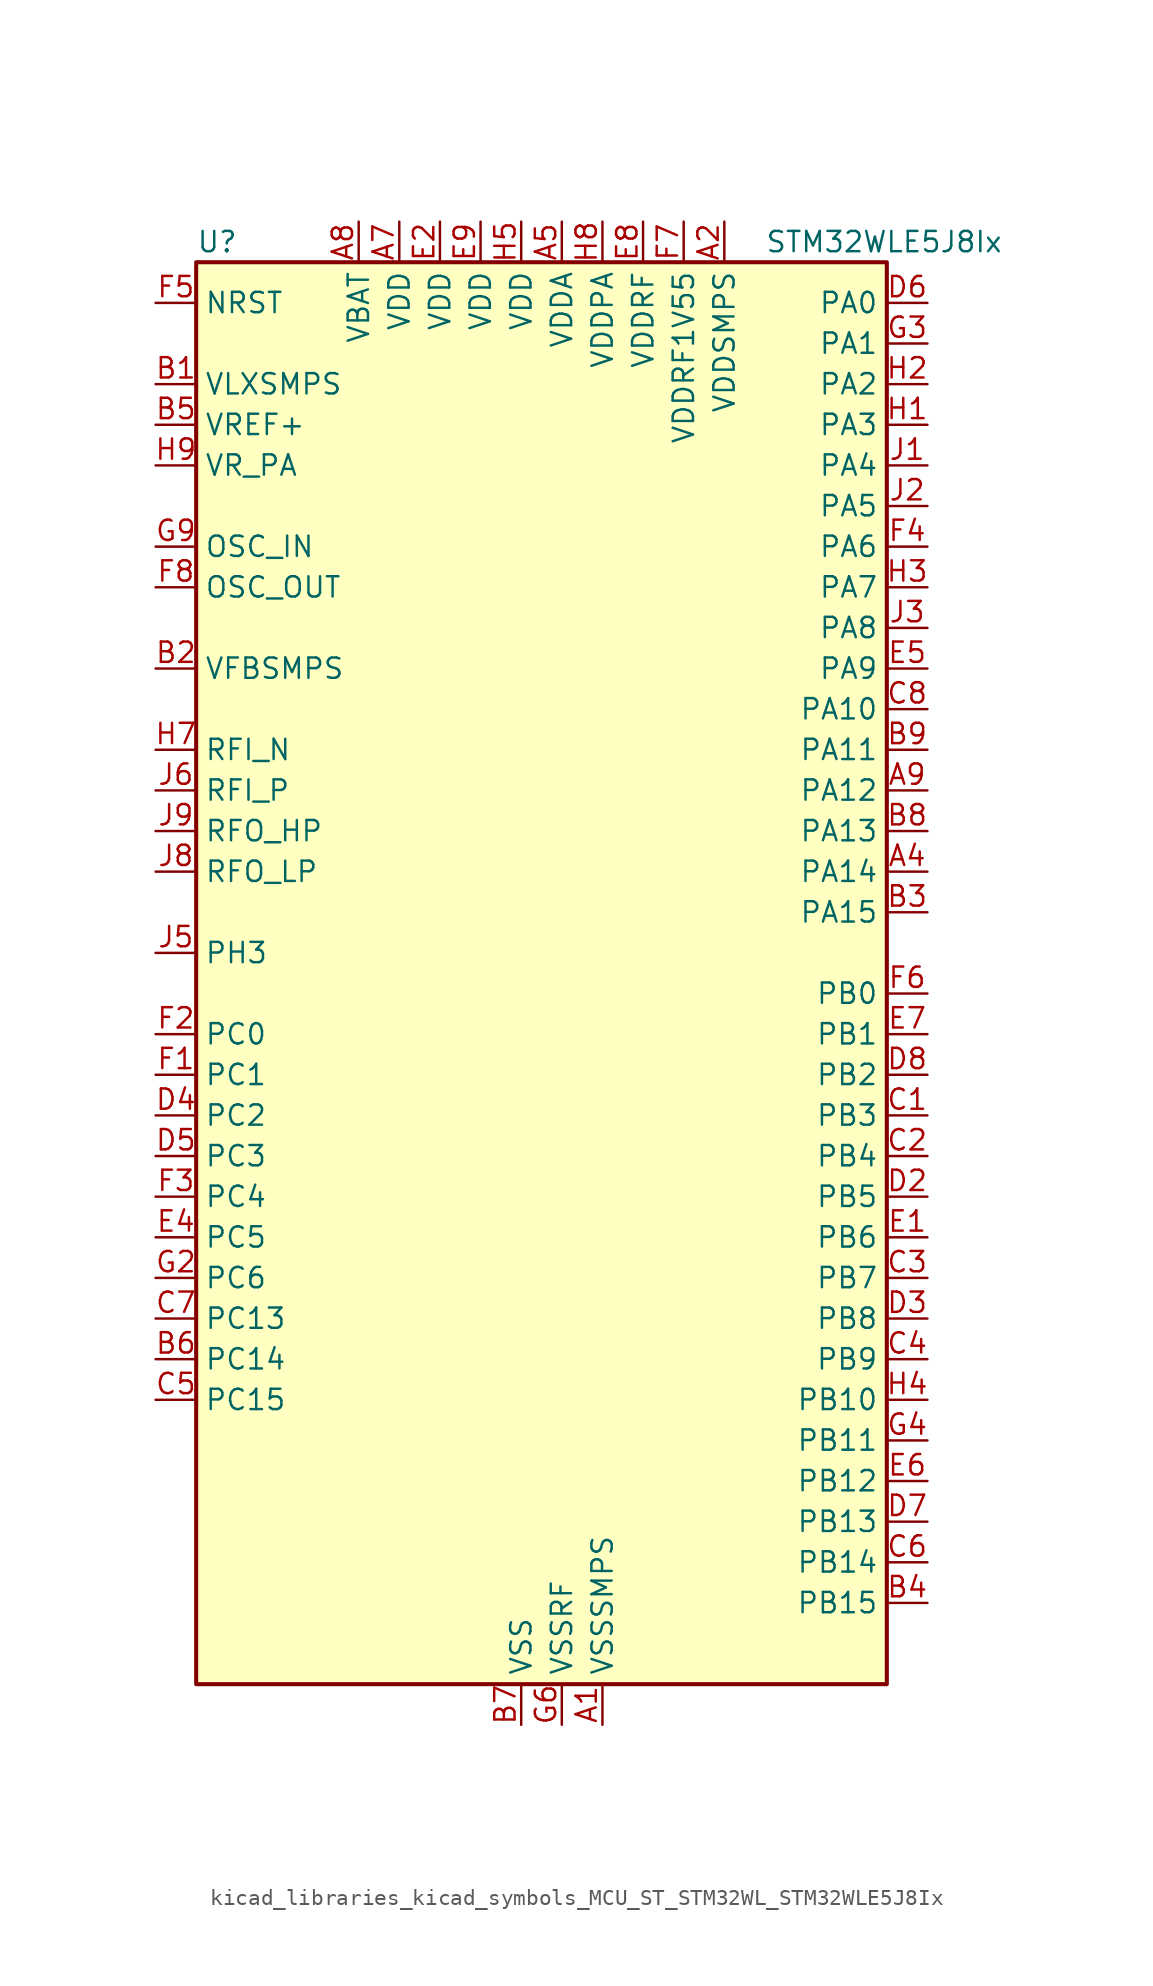
<source format=kicad_sym>
(kicad_symbol_lib
  (version 20220914)
  (generator kicad_symbol_editor)
  (symbol "kicad_libraries_kicad_symbols_MCU_ST_STM32WL_STM32WLE5J8Ix"
    (property "Reference" "U"
      (at -20.32 46.99 0)
      (effects (font (size 1.27 1.27)) (justify left)))
    (property "Value" "STM32WLE5J8Ix"
      (at 15.24 46.99 0)
      (effects (font (size 1.27 1.27)) (justify left)))
    (property "ki_locked" ""
      (at 0 0 0)
      (effects (font (size 1.27 1.27))))
    (symbol "kicad_libraries_kicad_symbols_MCU_ST_STM32WL_STM32WLE5J8Ix_0_1"
      (rectangle (start -20.32 -43.18) (end 22.86 45.72) (stroke (width 0.254) (type default)) (fill (type background))))
    (symbol "kicad_libraries_kicad_symbols_MCU_ST_STM32WL_STM32WLE5J8Ix_1_1"
      (pin power_in line (at 5.08 -45.72 90) (length 2.54) (name "VSSSMPS" (effects (font (size 1.27 1.27)))) (number "A1" (effects (font (size 1.27 1.27)))))
      (pin power_in line (at 12.7 48.26 270) (length 2.54) (name "VDDSMPS" (effects (font (size 1.27 1.27)))) (number "A2" (effects (font (size 1.27 1.27)))))
      (pin bidirectional line (at 25.4 7.62 180) (length 2.54) (name "PA14" (effects (font (size 1.27 1.27)))) (number "A4" (effects (font (size 1.27 1.27)))) (alternate "ADC_IN10" bidirectional line) (alternate "DEBUG_JTCK-SWCLK" bidirectional line) (alternate "I2C1_SMBA" bidirectional line) (alternate "LPTIM1_OUT" bidirectional line))
      (pin power_in line (at 2.54 48.26 270) (length 2.54) (name "VDDA" (effects (font (size 1.27 1.27)))) (number "A5" (effects (font (size 1.27 1.27)))))
      (pin power_in line (at -7.62 48.26 270) (length 2.54) (name "VDD" (effects (font (size 1.27 1.27)))) (number "A7" (effects (font (size 1.27 1.27)))))
      (pin power_in line (at -10.16 48.26 270) (length 2.54) (name "VBAT" (effects (font (size 1.27 1.27)))) (number "A8" (effects (font (size 1.27 1.27)))))
      (pin bidirectional line (at 25.4 12.7 180) (length 2.54) (name "PA12" (effects (font (size 1.27 1.27)))) (number "A9" (effects (font (size 1.27 1.27)))) (alternate "ADC_IN8" bidirectional line) (alternate "DEBUG_RF-BUSY" bidirectional line) (alternate "I2C2_SCL" bidirectional line) (alternate "LPTIM3_IN1" bidirectional line) (alternate "SPI1_MOSI" bidirectional line) (alternate "TIM1_ETR" bidirectional line) (alternate "USART1_DE" bidirectional line) (alternate "USART1_RTS" bidirectional line))
      (pin power_in line (at -22.86 38.1 0) (length 2.54) (name "VLXSMPS" (effects (font (size 1.27 1.27)))) (number "B1" (effects (font (size 1.27 1.27)))))
      (pin input line (at -22.86 20.32 0) (length 2.54) (name "VFBSMPS" (effects (font (size 1.27 1.27)))) (number "B2" (effects (font (size 1.27 1.27)))))
      (pin bidirectional line (at 25.4 5.08 180) (length 2.54) (name "PA15" (effects (font (size 1.27 1.27)))) (number "B3" (effects (font (size 1.27 1.27)))) (alternate "ADC_IN11" bidirectional line) (alternate "COMP1_INM" bidirectional line) (alternate "COMP2_INP" bidirectional line) (alternate "DEBUG_JTDI" bidirectional line) (alternate "I2C2_SDA" bidirectional line) (alternate "SPI1_NSS" bidirectional line) (alternate "TIM2_CH1" bidirectional line) (alternate "TIM2_ETR" bidirectional line))
      (pin bidirectional line (at 25.4 -38.1 180) (length 2.54) (name "PB15" (effects (font (size 1.27 1.27)))) (number "B4" (effects (font (size 1.27 1.27)))) (alternate "I2C2_SCL" bidirectional line) (alternate "I2S2_SD" bidirectional line) (alternate "SPI2_MOSI" bidirectional line) (alternate "TIM1_CH3N" bidirectional line))
      (pin input line (at -22.86 35.56 0) (length 2.54) (name "VREF+" (effects (font (size 1.27 1.27)))) (number "B5" (effects (font (size 1.27 1.27)))) (alternate "VREFBUF_OUT" bidirectional line))
      (pin bidirectional line (at -22.86 -22.86 0) (length 2.54) (name "PC14" (effects (font (size 1.27 1.27)))) (number "B6" (effects (font (size 1.27 1.27)))) (alternate "RCC_OSC32_IN" bidirectional line))
      (pin power_in line (at 0 -45.72 90) (length 2.54) (name "VSS" (effects (font (size 1.27 1.27)))) (number "B7" (effects (font (size 1.27 1.27)))))
      (pin bidirectional line (at 25.4 10.16 180) (length 2.54) (name "PA13" (effects (font (size 1.27 1.27)))) (number "B8" (effects (font (size 1.27 1.27)))) (alternate "ADC_IN9" bidirectional line) (alternate "DEBUG_JTMS-SWDIO" bidirectional line) (alternate "I2C2_SMBA" bidirectional line) (alternate "IR_OUT" bidirectional line))
      (pin bidirectional line (at 25.4 15.24 180) (length 2.54) (name "PA11" (effects (font (size 1.27 1.27)))) (number "B9" (effects (font (size 1.27 1.27)))) (alternate "ADC_EXTI11" bidirectional line) (alternate "ADC_IN7" bidirectional line) (alternate "COMP1_INM" bidirectional line) (alternate "COMP2_INM" bidirectional line) (alternate "DEBUG_RF-NRESET" bidirectional line) (alternate "I2C2_SDA" bidirectional line) (alternate "LPTIM3_ETR" bidirectional line) (alternate "SPI1_MISO" bidirectional line) (alternate "TIM1_BKIN2" bidirectional line) (alternate "TIM1_CH4" bidirectional line) (alternate "USART1_CTS" bidirectional line) (alternate "USART1_NSS" bidirectional line))
      (pin bidirectional line (at 25.4 -7.62 180) (length 2.54) (name "PB3" (effects (font (size 1.27 1.27)))) (number "C1" (effects (font (size 1.27 1.27)))) (alternate "ADC_IN2" bidirectional line) (alternate "COMP1_INM" bidirectional line) (alternate "COMP2_INM" bidirectional line) (alternate "DEBUG_JTDO-SWO" bidirectional line) (alternate "DEBUG_RF-DTB1" bidirectional line) (alternate "PWR_WKUP3" bidirectional line) (alternate "RTC_TAMP_IN3" bidirectional line) (alternate "SPI1_SCK" bidirectional line) (alternate "TIM2_CH2" bidirectional line) (alternate "USART1_DE" bidirectional line) (alternate "USART1_RTS" bidirectional line))
      (pin bidirectional line (at 25.4 -10.16 180) (length 2.54) (name "PB4" (effects (font (size 1.27 1.27)))) (number "C2" (effects (font (size 1.27 1.27)))) (alternate "ADC_IN3" bidirectional line) (alternate "COMP1_INP" bidirectional line) (alternate "COMP2_INP" bidirectional line) (alternate "DEBUG_JTRST" bidirectional line) (alternate "DEBUG_RF-LDORDY" bidirectional line) (alternate "I2C3_SDA" bidirectional line) (alternate "SPI1_MISO" bidirectional line) (alternate "TIM17_BKIN" bidirectional line) (alternate "USART1_CTS" bidirectional line) (alternate "USART1_NSS" bidirectional line))
      (pin bidirectional line (at 25.4 -17.78 180) (length 2.54) (name "PB7" (effects (font (size 1.27 1.27)))) (number "C3" (effects (font (size 1.27 1.27)))) (alternate "I2C1_SDA" bidirectional line) (alternate "LPTIM1_IN2" bidirectional line) (alternate "PWR_PVD_IN" bidirectional line) (alternate "TIM17_CH1N" bidirectional line) (alternate "TIM1_BKIN" bidirectional line) (alternate "USART1_RX" bidirectional line))
      (pin bidirectional line (at 25.4 -22.86 180) (length 2.54) (name "PB9" (effects (font (size 1.27 1.27)))) (number "C4" (effects (font (size 1.27 1.27)))) (alternate "DAC_EXTI9" bidirectional line) (alternate "I2C1_SDA" bidirectional line) (alternate "I2S2_WS" bidirectional line) (alternate "IR_OUT" bidirectional line) (alternate "SPI2_NSS" bidirectional line) (alternate "TIM17_CH1" bidirectional line) (alternate "TIM1_CH3N" bidirectional line))
      (pin bidirectional line (at -22.86 -25.4 0) (length 2.54) (name "PC15" (effects (font (size 1.27 1.27)))) (number "C5" (effects (font (size 1.27 1.27)))) (alternate "RCC_OSC32_OUT" bidirectional line))
      (pin bidirectional line (at 25.4 -35.56 180) (length 2.54) (name "PB14" (effects (font (size 1.27 1.27)))) (number "C6" (effects (font (size 1.27 1.27)))) (alternate "ADC_IN1" bidirectional line) (alternate "I2C3_SDA" bidirectional line) (alternate "I2S2_MCK" bidirectional line) (alternate "SPI2_MISO" bidirectional line) (alternate "TIM1_CH2N" bidirectional line))
      (pin bidirectional line (at -22.86 -20.32 0) (length 2.54) (name "PC13" (effects (font (size 1.27 1.27)))) (number "C7" (effects (font (size 1.27 1.27)))) (alternate "PWR_WKUP2" bidirectional line) (alternate "RTC_OUT1" bidirectional line) (alternate "RTC_TAMP_IN1" bidirectional line) (alternate "RTC_TS" bidirectional line))
      (pin bidirectional line (at 25.4 17.78 180) (length 2.54) (name "PA10" (effects (font (size 1.27 1.27)))) (number "C8" (effects (font (size 1.27 1.27)))) (alternate "ADC_IN6" bidirectional line) (alternate "COMP1_INM" bidirectional line) (alternate "COMP2_INM" bidirectional line) (alternate "DAC_OUT1" bidirectional line) (alternate "DEBUG_RF-HSE32RDY" bidirectional line) (alternate "I2C1_SDA" bidirectional line) (alternate "I2S2_SD" bidirectional line) (alternate "RTC_REFIN" bidirectional line) (alternate "SPI2_MOSI" bidirectional line) (alternate "TIM17_BKIN" bidirectional line) (alternate "TIM1_CH3" bidirectional line) (alternate "USART1_RX" bidirectional line))
      (pin bidirectional line (at 25.4 -12.7 180) (length 2.54) (name "PB5" (effects (font (size 1.27 1.27)))) (number "D2" (effects (font (size 1.27 1.27)))) (alternate "COMP2_OUT" bidirectional line) (alternate "I2C1_SMBA" bidirectional line) (alternate "LPTIM1_IN1" bidirectional line) (alternate "SPI1_MOSI" bidirectional line) (alternate "TIM16_BKIN" bidirectional line) (alternate "USART1_CK" bidirectional line))
      (pin bidirectional line (at 25.4 -20.32 180) (length 2.54) (name "PB8" (effects (font (size 1.27 1.27)))) (number "D3" (effects (font (size 1.27 1.27)))) (alternate "I2C1_SCL" bidirectional line) (alternate "TIM16_CH1" bidirectional line) (alternate "TIM1_CH2N" bidirectional line))
      (pin bidirectional line (at -22.86 -7.62 0) (length 2.54) (name "PC2" (effects (font (size 1.27 1.27)))) (number "D4" (effects (font (size 1.27 1.27)))) (alternate "LPTIM1_IN2" bidirectional line) (alternate "SPI2_MISO" bidirectional line))
      (pin bidirectional line (at -22.86 -10.16 0) (length 2.54) (name "PC3" (effects (font (size 1.27 1.27)))) (number "D5" (effects (font (size 1.27 1.27)))) (alternate "I2S2_SD" bidirectional line) (alternate "LPTIM1_ETR" bidirectional line) (alternate "LPTIM2_ETR" bidirectional line) (alternate "SPI2_MOSI" bidirectional line))
      (pin bidirectional line (at 25.4 43.18 180) (length 2.54) (name "PA0" (effects (font (size 1.27 1.27)))) (number "D6" (effects (font (size 1.27 1.27)))) (alternate "COMP1_OUT" bidirectional line) (alternate "DEBUG_PWR-REGLP1S" bidirectional line) (alternate "I2C3_SMBA" bidirectional line) (alternate "I2S_CKIN" bidirectional line) (alternate "PWR_WKUP1" bidirectional line) (alternate "RTC_TAMP_IN2" bidirectional line) (alternate "TIM2_CH1" bidirectional line) (alternate "TIM2_ETR" bidirectional line) (alternate "USART2_CTS" bidirectional line) (alternate "USART2_NSS" bidirectional line))
      (pin bidirectional line (at 25.4 -33.02 180) (length 2.54) (name "PB13" (effects (font (size 1.27 1.27)))) (number "D7" (effects (font (size 1.27 1.27)))) (alternate "ADC_IN0" bidirectional line) (alternate "I2C3_SCL" bidirectional line) (alternate "I2S2_CK" bidirectional line) (alternate "LPUART1_CTS" bidirectional line) (alternate "SPI2_SCK" bidirectional line) (alternate "TIM1_CH1N" bidirectional line))
      (pin bidirectional line (at 25.4 -5.08 180) (length 2.54) (name "PB2" (effects (font (size 1.27 1.27)))) (number "D8" (effects (font (size 1.27 1.27)))) (alternate "ADC_IN4" bidirectional line) (alternate "COMP1_INP" bidirectional line) (alternate "COMP2_INM" bidirectional line) (alternate "DEBUG_RF-SMPSRDY" bidirectional line) (alternate "I2C3_SMBA" bidirectional line) (alternate "LPTIM1_OUT" bidirectional line) (alternate "SPI1_NSS" bidirectional line))
      (pin passive line (at 0 -45.72 90) (length 2.54) hide (name "VSS" (effects (font (size 1.27 1.27)))) (number "D9" (effects (font (size 1.27 1.27)))))
      (pin bidirectional line (at 25.4 -15.24 180) (length 2.54) (name "PB6" (effects (font (size 1.27 1.27)))) (number "E1" (effects (font (size 1.27 1.27)))) (alternate "I2C1_SCL" bidirectional line) (alternate "LPTIM1_ETR" bidirectional line) (alternate "TIM16_CH1N" bidirectional line) (alternate "USART1_TX" bidirectional line))
      (pin power_in line (at -5.08 48.26 270) (length 2.54) (name "VDD" (effects (font (size 1.27 1.27)))) (number "E2" (effects (font (size 1.27 1.27)))))
      (pin passive line (at 0 -45.72 90) (length 2.54) hide (name "VSS" (effects (font (size 1.27 1.27)))) (number "E3" (effects (font (size 1.27 1.27)))))
      (pin bidirectional line (at -22.86 -15.24 0) (length 2.54) (name "PC5" (effects (font (size 1.27 1.27)))) (number "E4" (effects (font (size 1.27 1.27)))))
      (pin bidirectional line (at 25.4 20.32 180) (length 2.54) (name "PA9" (effects (font (size 1.27 1.27)))) (number "E5" (effects (font (size 1.27 1.27)))) (alternate "DAC_EXTI9" bidirectional line) (alternate "I2C1_SCL" bidirectional line) (alternate "I2S2_CK" bidirectional line) (alternate "I2S2_WS" bidirectional line) (alternate "SPI2_NSS" bidirectional line) (alternate "SPI2_SCK" bidirectional line) (alternate "TIM1_CH2" bidirectional line) (alternate "USART1_TX" bidirectional line))
      (pin bidirectional line (at 25.4 -30.48 180) (length 2.54) (name "PB12" (effects (font (size 1.27 1.27)))) (number "E6" (effects (font (size 1.27 1.27)))) (alternate "I2C3_SMBA" bidirectional line) (alternate "I2S2_WS" bidirectional line) (alternate "LPUART1_RTS" bidirectional line) (alternate "SPI2_NSS" bidirectional line) (alternate "TIM1_BKIN" bidirectional line))
      (pin bidirectional line (at 25.4 -2.54 180) (length 2.54) (name "PB1" (effects (font (size 1.27 1.27)))) (number "E7" (effects (font (size 1.27 1.27)))) (alternate "ADC_IN5" bidirectional line) (alternate "COMP2_INP" bidirectional line) (alternate "LPTIM2_IN1" bidirectional line) (alternate "LPUART1_DE" bidirectional line) (alternate "LPUART1_RTS" bidirectional line))
      (pin power_in line (at 7.62 48.26 270) (length 2.54) (name "VDDRF" (effects (font (size 1.27 1.27)))) (number "E8" (effects (font (size 1.27 1.27)))))
      (pin power_in line (at -2.54 48.26 270) (length 2.54) (name "VDD" (effects (font (size 1.27 1.27)))) (number "E9" (effects (font (size 1.27 1.27)))))
      (pin bidirectional line (at -22.86 -5.08 0) (length 2.54) (name "PC1" (effects (font (size 1.27 1.27)))) (number "F1" (effects (font (size 1.27 1.27)))) (alternate "I2C3_SDA" bidirectional line) (alternate "I2S2_SD" bidirectional line) (alternate "LPTIM1_OUT" bidirectional line) (alternate "LPUART1_TX" bidirectional line) (alternate "SPI2_MOSI" bidirectional line))
      (pin bidirectional line (at -22.86 -2.54 0) (length 2.54) (name "PC0" (effects (font (size 1.27 1.27)))) (number "F2" (effects (font (size 1.27 1.27)))) (alternate "I2C3_SCL" bidirectional line) (alternate "LPTIM1_IN1" bidirectional line) (alternate "LPTIM2_IN1" bidirectional line) (alternate "LPUART1_RX" bidirectional line))
      (pin bidirectional line (at -22.86 -12.7 0) (length 2.54) (name "PC4" (effects (font (size 1.27 1.27)))) (number "F3" (effects (font (size 1.27 1.27)))))
      (pin bidirectional line (at 25.4 27.94 180) (length 2.54) (name "PA6" (effects (font (size 1.27 1.27)))) (number "F4" (effects (font (size 1.27 1.27)))) (alternate "DEBUG_SUBGHZSPI-MISOOUT" bidirectional line) (alternate "I2C2_SMBA" bidirectional line) (alternate "LPUART1_CTS" bidirectional line) (alternate "SPI1_MISO" bidirectional line) (alternate "TIM16_CH1" bidirectional line) (alternate "TIM1_BKIN" bidirectional line))
      (pin input line (at -22.86 43.18 0) (length 2.54) (name "NRST" (effects (font (size 1.27 1.27)))) (number "F5" (effects (font (size 1.27 1.27)))))
      (pin bidirectional line (at 25.4 0 180) (length 2.54) (name "PB0" (effects (font (size 1.27 1.27)))) (number "F6" (effects (font (size 1.27 1.27)))) (alternate "COMP1_OUT" bidirectional line) (alternate "VDDTCXO" bidirectional line))
      (pin power_in line (at 10.16 48.26 270) (length 2.54) (name "VDDRF1V55" (effects (font (size 1.27 1.27)))) (number "F7" (effects (font (size 1.27 1.27)))))
      (pin input line (at -22.86 25.4 0) (length 2.54) (name "OSC_OUT" (effects (font (size 1.27 1.27)))) (number "F8" (effects (font (size 1.27 1.27)))) (alternate "RCC_OSC_OUT" bidirectional line))
      (pin bidirectional line (at -22.86 -17.78 0) (length 2.54) (name "PC6" (effects (font (size 1.27 1.27)))) (number "G2" (effects (font (size 1.27 1.27)))) (alternate "I2S2_MCK" bidirectional line))
      (pin bidirectional line (at 25.4 40.64 180) (length 2.54) (name "PA1" (effects (font (size 1.27 1.27)))) (number "G3" (effects (font (size 1.27 1.27)))) (alternate "DEBUG_PWR-REGLP2S" bidirectional line) (alternate "I2C1_SMBA" bidirectional line) (alternate "LPTIM3_OUT" bidirectional line) (alternate "LPUART1_RTS" bidirectional line) (alternate "SPI1_SCK" bidirectional line) (alternate "TIM2_CH2" bidirectional line) (alternate "USART2_DE" bidirectional line) (alternate "USART2_RTS" bidirectional line))
      (pin bidirectional line (at 25.4 -27.94 180) (length 2.54) (name "PB11" (effects (font (size 1.27 1.27)))) (number "G4" (effects (font (size 1.27 1.27)))) (alternate "ADC_EXTI11" bidirectional line) (alternate "COMP2_OUT" bidirectional line) (alternate "I2C3_SDA" bidirectional line) (alternate "LPUART1_TX" bidirectional line) (alternate "TIM2_CH4" bidirectional line))
      (pin passive line (at 0 -45.72 90) (length 2.54) hide (name "VSS" (effects (font (size 1.27 1.27)))) (number "G5" (effects (font (size 1.27 1.27)))))
      (pin power_in line (at 2.54 -45.72 90) (length 2.54) (name "VSSRF" (effects (font (size 1.27 1.27)))) (number "G6" (effects (font (size 1.27 1.27)))))
      (pin passive line (at 2.54 -45.72 90) (length 2.54) hide (name "VSSRF" (effects (font (size 1.27 1.27)))) (number "G7" (effects (font (size 1.27 1.27)))))
      (pin passive line (at 2.54 -45.72 90) (length 2.54) hide (name "VSSRF" (effects (font (size 1.27 1.27)))) (number "G8" (effects (font (size 1.27 1.27)))))
      (pin input line (at -22.86 27.94 0) (length 2.54) (name "OSC_IN" (effects (font (size 1.27 1.27)))) (number "G9" (effects (font (size 1.27 1.27)))) (alternate "RCC_OSC_IN" bidirectional line))
      (pin bidirectional line (at 25.4 35.56 180) (length 2.54) (name "PA3" (effects (font (size 1.27 1.27)))) (number "H1" (effects (font (size 1.27 1.27)))) (alternate "I2S2_MCK" bidirectional line) (alternate "LPUART1_RX" bidirectional line) (alternate "TIM2_CH4" bidirectional line) (alternate "USART2_RX" bidirectional line))
      (pin bidirectional line (at 25.4 38.1 180) (length 2.54) (name "PA2" (effects (font (size 1.27 1.27)))) (number "H2" (effects (font (size 1.27 1.27)))) (alternate "COMP2_OUT" bidirectional line) (alternate "DEBUG_PWR-LDORDY" bidirectional line) (alternate "LPUART1_TX" bidirectional line) (alternate "RCC_LSCO" bidirectional line) (alternate "TIM2_CH3" bidirectional line) (alternate "USART2_TX" bidirectional line))
      (pin bidirectional line (at 25.4 25.4 180) (length 2.54) (name "PA7" (effects (font (size 1.27 1.27)))) (number "H3" (effects (font (size 1.27 1.27)))) (alternate "COMP2_OUT" bidirectional line) (alternate "DEBUG_SUBGHZSPI-MOSIOUT" bidirectional line) (alternate "I2C3_SCL" bidirectional line) (alternate "SPI1_MOSI" bidirectional line) (alternate "TIM17_CH1" bidirectional line) (alternate "TIM1_CH1N" bidirectional line))
      (pin bidirectional line (at 25.4 -25.4 180) (length 2.54) (name "PB10" (effects (font (size 1.27 1.27)))) (number "H4" (effects (font (size 1.27 1.27)))) (alternate "COMP1_OUT" bidirectional line) (alternate "I2C3_SCL" bidirectional line) (alternate "I2S2_CK" bidirectional line) (alternate "LPUART1_RX" bidirectional line) (alternate "SPI2_SCK" bidirectional line) (alternate "TIM2_CH3" bidirectional line))
      (pin power_in line (at 0 48.26 270) (length 2.54) (name "VDD" (effects (font (size 1.27 1.27)))) (number "H5" (effects (font (size 1.27 1.27)))))
      (pin passive line (at 2.54 -45.72 90) (length 2.54) hide (name "VSSRF" (effects (font (size 1.27 1.27)))) (number "H6" (effects (font (size 1.27 1.27)))))
      (pin bidirectional line (at -22.86 15.24 0) (length 2.54) (name "RFI_N" (effects (font (size 1.27 1.27)))) (number "H7" (effects (font (size 1.27 1.27)))))
      (pin power_in line (at 5.08 48.26 270) (length 2.54) (name "VDDPA" (effects (font (size 1.27 1.27)))) (number "H8" (effects (font (size 1.27 1.27)))))
      (pin power_in line (at -22.86 33.02 0) (length 2.54) (name "VR_PA" (effects (font (size 1.27 1.27)))) (number "H9" (effects (font (size 1.27 1.27)))))
      (pin bidirectional line (at 25.4 33.02 180) (length 2.54) (name "PA4" (effects (font (size 1.27 1.27)))) (number "J1" (effects (font (size 1.27 1.27)))) (alternate "DEBUG_SUBGHZSPI-NSSOUT" bidirectional line) (alternate "LPTIM1_OUT" bidirectional line) (alternate "LPTIM2_OUT" bidirectional line) (alternate "RTC_OUT2" bidirectional line) (alternate "SPI1_NSS" bidirectional line) (alternate "USART2_CK" bidirectional line))
      (pin bidirectional line (at 25.4 30.48 180) (length 2.54) (name "PA5" (effects (font (size 1.27 1.27)))) (number "J2" (effects (font (size 1.27 1.27)))) (alternate "DEBUG_SUBGHZSPI-SCKOUT" bidirectional line) (alternate "LPTIM2_ETR" bidirectional line) (alternate "SPI1_SCK" bidirectional line) (alternate "SPI2_MISO" bidirectional line) (alternate "TIM2_CH1" bidirectional line) (alternate "TIM2_ETR" bidirectional line))
      (pin bidirectional line (at 25.4 22.86 180) (length 2.54) (name "PA8" (effects (font (size 1.27 1.27)))) (number "J3" (effects (font (size 1.27 1.27)))) (alternate "I2S2_CK" bidirectional line) (alternate "LPTIM2_OUT" bidirectional line) (alternate "RCC_MCO" bidirectional line) (alternate "SPI2_SCK" bidirectional line) (alternate "TIM1_CH1" bidirectional line) (alternate "USART1_CK" bidirectional line))
      (pin bidirectional line (at -22.86 2.54 0) (length 2.54) (name "PH3" (effects (font (size 1.27 1.27)))) (number "J5" (effects (font (size 1.27 1.27)))))
      (pin bidirectional line (at -22.86 12.7 0) (length 2.54) (name "RFI_P" (effects (font (size 1.27 1.27)))) (number "J6" (effects (font (size 1.27 1.27)))))
      (pin bidirectional line (at -22.86 7.62 0) (length 2.54) (name "RFO_LP" (effects (font (size 1.27 1.27)))) (number "J8" (effects (font (size 1.27 1.27)))))
      (pin bidirectional line (at -22.86 10.16 0) (length 2.54) (name "RFO_HP" (effects (font (size 1.27 1.27)))) (number "J9" (effects (font (size 1.27 1.27))))))))
</source>
